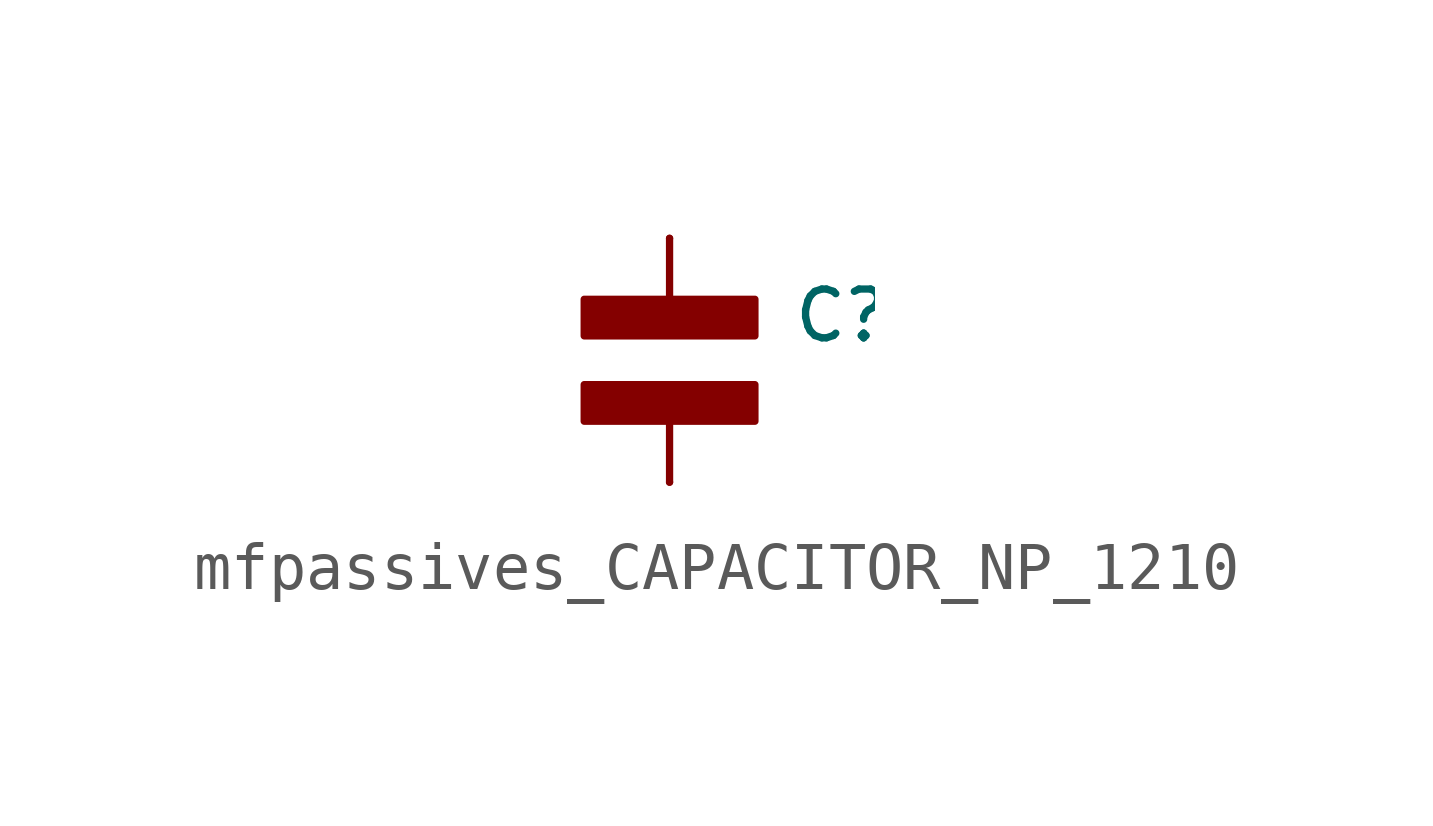
<source format=kicad_sym>
(kicad_symbol_lib
  (version 20241209)
  (generator "kicad_symbol_editor")
  (generator_version "9.0")
  (symbol "mfpassives_CAPACITOR_NP_1210"
    (property "Reference" "C"
      (at 2.54 1.524 0)
      (effects (font (size 1.016 1.016)) (justify left top)))
    (property "Value" ""
      (at 2.54 -1.524 0)
      (effects (font (size 1.016 1.016)) (justify left bottom)))
    (property "ki_locked" ""
      (at 0 0 0)
      (effects (font (size 1.27 1.27))))
    (symbol "mfpassives_CAPACITOR_NP_1210_1_0"
      (rectangle (start -1.778 0.508) (end 1.778 1.27) (stroke (width 0) (type default)) (fill (type outline)))
      (rectangle (start -1.778 -1.27) (end 1.778 -0.508) (stroke (width 0) (type default)) (fill (type outline)))
      (polyline (pts (xy 0 2.54) (xy 0 1.016)) (stroke (width 0.152) (type solid)) (fill (type none)))
      (polyline (pts (xy 0 -2.54) (xy 0 -1.016)) (stroke (width 0.152) (type solid)) (fill (type none)))
      (pin passive line (at 0 2.54 270) (length 0) (name "P$1" (effects (font (size 0 0)))) (number "P$1" (effects (font (size 0 0)))))
      (pin passive line (at 0 -2.54 90) (length 0) (name "P$2" (effects (font (size 0 0)))) (number "P$2" (effects (font (size 0 0))))))))
</source>
